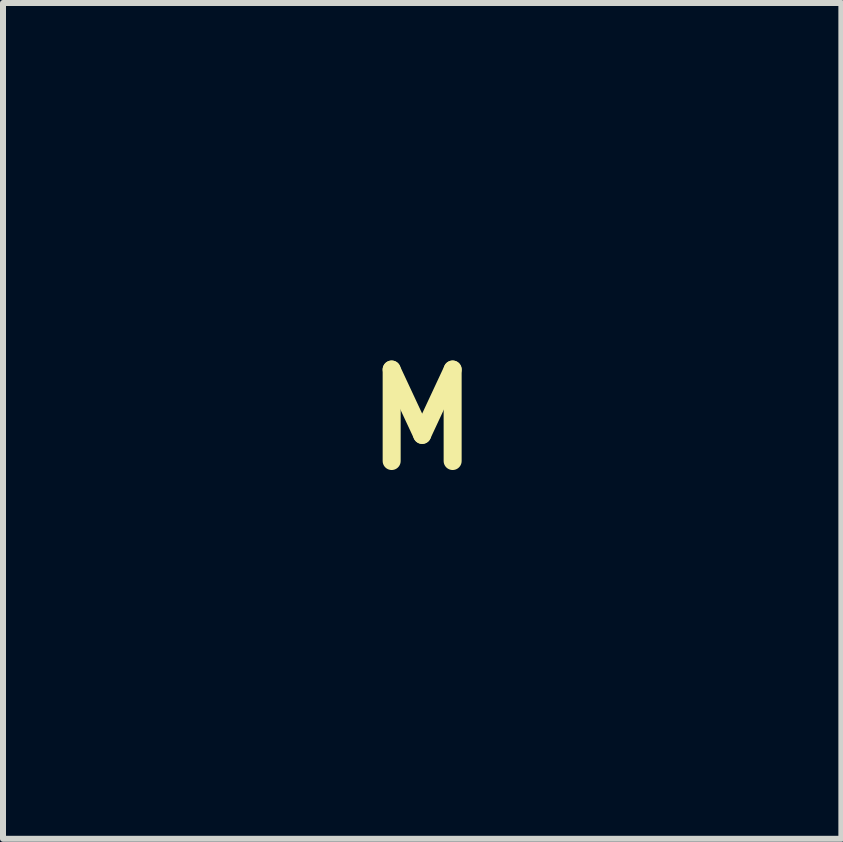
<source format=kicad_pcb>
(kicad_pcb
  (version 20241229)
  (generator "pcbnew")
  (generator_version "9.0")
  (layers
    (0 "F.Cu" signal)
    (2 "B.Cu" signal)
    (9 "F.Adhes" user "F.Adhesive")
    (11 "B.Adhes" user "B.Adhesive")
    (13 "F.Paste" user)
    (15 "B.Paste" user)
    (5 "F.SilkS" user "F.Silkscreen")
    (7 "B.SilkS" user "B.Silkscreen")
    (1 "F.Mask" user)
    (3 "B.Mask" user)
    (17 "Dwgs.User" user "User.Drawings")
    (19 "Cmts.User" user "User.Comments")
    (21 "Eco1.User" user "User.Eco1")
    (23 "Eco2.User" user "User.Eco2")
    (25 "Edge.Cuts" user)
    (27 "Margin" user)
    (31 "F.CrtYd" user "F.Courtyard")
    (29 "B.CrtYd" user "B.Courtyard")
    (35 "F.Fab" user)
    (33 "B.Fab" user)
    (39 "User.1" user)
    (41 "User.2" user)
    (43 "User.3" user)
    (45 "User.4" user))
  (footprint "M"
    (layer "F.Cu")
    (at 3.984 3.942)
    (property "Reference" "M" (at 0 0 0) (layer "F.SilkS") (effects (font (size 1.524 1.524) (thickness 0.3))))
    (attr through_hole)
    (fp_poly (pts (xy 0.183 -3.933) (xy 0.313 -3.92) (xy 0.377 -3.902) (xy 0.381 -3.895) (xy 0.418 -3.864) (xy 0.501 -3.852) (xy 0.662 -3.835) (xy 0.875 -3.787) (xy 1.119 -3.717) (xy 1.369 -3.63) (xy 1.602 -3.533) (xy 1.648 -3.512) (xy 2.162 -3.222) (xy 2.615 -2.874) (xy 3.008 -2.466) (xy 3.341 -1.998) (xy 3.554 -1.606) (xy 3.652 -1.379) (xy 3.741 -1.131) (xy 3.816 -0.884) (xy 3.869 -0.662) (xy 3.894 -0.488) (xy 3.895 -0.459) (xy 3.908 -0.373) (xy 3.937 -0.339) (xy 3.958 -0.299) (xy 3.972 -0.189) (xy 3.979 -0.025) (xy 3.979 0.021) (xy 3.975 0.196) (xy 3.962 0.32) (xy 3.942 0.379) (xy 3.937 0.381) (xy 3.907 0.418) (xy 3.895 0.501) (xy 3.877 0.662) (xy 3.83 0.875) (xy 3.759 1.119) (xy 3.672 1.369) (xy 3.575 1.602) (xy 3.554 1.648) (xy 3.264 2.162) (xy 2.913 2.617) (xy 2.504 3.011) (xy 2.036 3.344) (xy 1.635 3.558) (xy 1.402 3.658) (xy 1.151 3.748) (xy 0.904 3.821) (xy 0.686 3.873) (xy 0.518 3.894) (xy 0.501 3.895) (xy 0.415 3.908) (xy 0.381 3.937) (xy 0.341 3.957) (xy 0.23 3.972) (xy 0.063 3.979) (xy 0 3.979) (xy -0.183 3.975) (xy -0.313 3.963) (xy -0.377 3.944) (xy -0.381 3.937) (xy -0.417 3.906) (xy -0.49 3.895) (xy -0.637 3.878) (xy -0.839 3.834) (xy -1.072 3.768) (xy -1.314 3.687) (xy -1.542 3.599) (xy -1.644 3.554) (xy -2.15 3.271) (xy -2.603 2.924) (xy -3 2.515) (xy -3.337 2.046) (xy -3.554 1.648) (xy -3.652 1.422) (xy -3.741 1.173) (xy -3.816 0.927) (xy -3.869 0.705) (xy -3.894 0.531) (xy -3.895 0.501) (xy -3.908 0.415) (xy -3.937 0.381) (xy -3.958 0.341) (xy -3.972 0.232) (xy -3.979 0.068) (xy -3.979 0.021) (xy -3.975 -0.141) (xy -3.965 -0.266) (xy -3.95 -0.332) (xy -3.943 -0.339) (xy -3.918 -0.377) (xy -3.893 -0.475) (xy -3.88 -0.566) (xy -3.786 -1.024) (xy -3.618 -1.485) (xy -3.382 -1.934) (xy -3.088 -2.36) (xy -2.854 -2.625) (xy -2.709 -2.625) (xy -2.709 2.667) (xy -1.566 2.667) (xy -1.563 1.111) (xy -1.56 -0.445) (xy -1.464 -0.106) (xy -1.426 0.022) (xy -1.366 0.217) (xy -1.289 0.465) (xy -1.198 0.752) (xy -1.098 1.064) (xy -0.993 1.388) (xy -0.973 1.451) (xy -0.577 2.669) (xy -0.008 2.658) (xy 0.561 2.646) (xy 0.829 1.82) (xy 0.927 1.519) (xy 1.03 1.197) (xy 1.13 0.882) (xy 1.22 0.598) (xy 1.279 0.406) (xy 1.46 -0.183) (xy 1.482 1.231) (xy 1.503 2.646) (xy 2.106 2.658) (xy 2.709 2.669) (xy 2.709 -2.625) (xy 1.887 -2.625) (xy 1.602 -2.624) (xy 1.39 -2.622) (xy 1.241 -2.616) (xy 1.143 -2.607) (xy 1.084 -2.593) (xy 1.054 -2.574) (xy 1.042 -2.551) (xy 1.026 -2.495) (xy 0.99 -2.367) (xy 0.936 -2.175) (xy 0.866 -1.929) (xy 0.783 -1.638) (xy 0.691 -1.31) (xy 0.59 -0.955) (xy 0.548 -0.804) (xy 0.445 -0.443) (xy 0.349 -0.106) (xy 0.261 0.196) (xy 0.186 0.455) (xy 0.124 0.662) (xy 0.078 0.81) (xy 0.052 0.888) (xy 0.048 0.898) (xy 0.029 0.866) (xy -0.01 0.763) (xy -0.068 0.596) (xy -0.14 0.375) (xy -0.225 0.11) (xy -0.319 -0.191) (xy -0.393 -0.435) (xy -0.499 -0.782) (xy -0.602 -1.123) (xy -0.699 -1.443) (xy -0.787 -1.73) (xy -0.86 -1.969) (xy -0.915 -2.148) (xy -0.934 -2.212) (xy -1.062 -2.625) (xy -2.709 -2.625) (xy -2.854 -2.625) (xy -2.744 -2.749) (xy -2.357 -3.088) (xy -2.264 -3.156) (xy -2.023 -3.309) (xy -1.744 -3.457) (xy -1.446 -3.592) (xy -1.147 -3.706) (xy -0.868 -3.792) (xy -0.627 -3.843) (xy -0.5 -3.852) (xy -0.414 -3.865) (xy -0.381 -3.895) (xy -0.341 -3.915) (xy -0.23 -3.929) (xy -0.063 -3.937) (xy 0 -3.937) (xy 0.183 -3.933)) (stroke (width 0.01) (type solid)) (fill yes) (layer "F.Mask")))
  (gr_rect
    (start -3 -3)
    (end 10.969 10.926)
    (stroke (width 0.1) (type default))
    (fill no)
    (layer "Edge.Cuts")))
</source>
